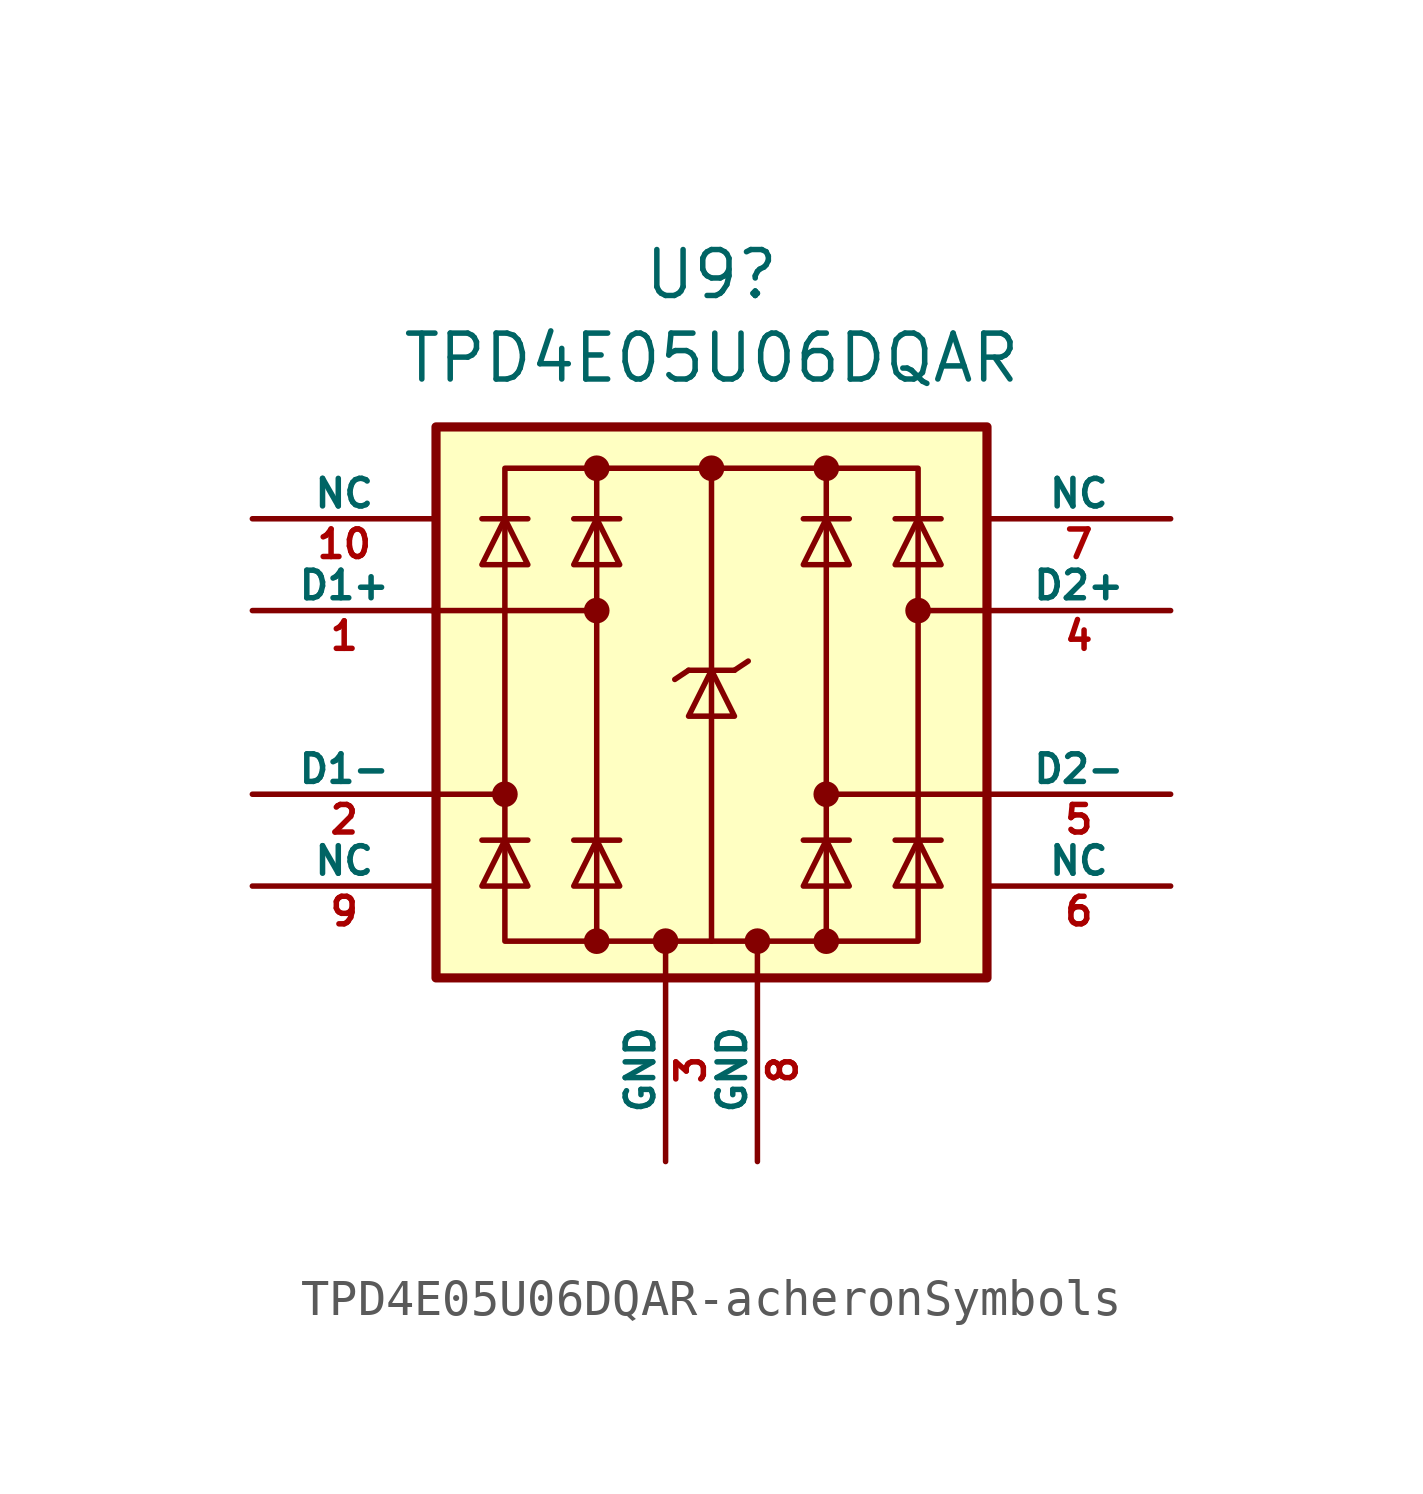
<source format=kicad_sym>
(kicad_symbol_lib
  (version 20220914)
  (generator kicad_symbol_editor)
  (symbol "TPD4E05U06DQAR-acheronSymbols"
    (pin_names
      (offset 0))
    (property "Reference" "U9"
      (at 0 11.836 0)
      (effects (font (size 1.27 1.27))))
    (property "Value" "TPD4E05U06DQAR"
      (at 0 9.525 0)
      (effects (font (size 1.27 1.27))))
    (symbol "TPD4E05U06DQAR-acheronSymbols_0_0"
      (rectangle (start -5.715 6.477) (end 5.715 -6.604) (stroke (width 0) (type default)) (fill (type none)))
      (polyline (pts (xy -3.175 -6.604) (xy -3.175 6.477)) (stroke (width 0) (type default)) (fill (type none)))
      (polyline (pts (xy 0 6.477) (xy 0 -6.604)) (stroke (width 0) (type default)) (fill (type none)))
      (polyline (pts (xy 3.175 6.477) (xy 3.175 -6.604)) (stroke (width 0) (type default)) (fill (type none))))
    (symbol "TPD4E05U06DQAR-acheronSymbols_0_1"
      (rectangle (start -7.62 7.62) (end 7.62 -7.62) (stroke (width 0.254) (type default)) (fill (type background)))
      (circle (center -5.715 -2.54) (radius 0.279) (stroke (width 0) (type default)) (fill (type outline)))
      (circle (center -3.175 -6.604) (radius 0.279) (stroke (width 0) (type default)) (fill (type outline)))
      (circle (center -3.175 2.54) (radius 0.279) (stroke (width 0) (type default)) (fill (type outline)))
      (circle (center -3.175 6.477) (radius 0.279) (stroke (width 0) (type default)) (fill (type outline)))
      (circle (center -1.27 -6.604) (radius 0.279) (stroke (width 0) (type default)) (fill (type outline)))
      (polyline (pts (xy -7.747 2.54) (xy -3.175 2.54)) (stroke (width 0) (type default)) (fill (type none)))
      (polyline (pts (xy -7.62 -2.54) (xy -5.715 -2.54)) (stroke (width 0) (type default)) (fill (type none)))
      (polyline (pts (xy -5.08 -3.81) (xy -6.35 -3.81)) (stroke (width 0) (type default)) (fill (type none)))
      (polyline (pts (xy -5.08 5.08) (xy -6.35 5.08)) (stroke (width 0) (type default)) (fill (type none)))
      (polyline (pts (xy -2.54 -3.81) (xy -3.81 -3.81)) (stroke (width 0) (type default)) (fill (type none)))
      (polyline (pts (xy -2.54 5.08) (xy -3.81 5.08)) (stroke (width 0) (type default)) (fill (type none)))
      (polyline (pts (xy -1.27 -6.604) (xy -1.27 -7.62)) (stroke (width 0) (type default)) (fill (type none)))
      (polyline (pts (xy -0.635 0.889) (xy -1.016 0.635)) (stroke (width 0) (type default)) (fill (type none)))
      (polyline (pts (xy 0.635 0.889) (xy -0.635 0.889)) (stroke (width 0) (type default)) (fill (type none)))
      (polyline (pts (xy 0.635 0.889) (xy 1.016 1.143)) (stroke (width 0) (type default)) (fill (type none)))
      (polyline (pts (xy 3.81 -3.81) (xy 2.54 -3.81)) (stroke (width 0) (type default)) (fill (type none)))
      (polyline (pts (xy 3.81 5.08) (xy 2.54 5.08)) (stroke (width 0) (type default)) (fill (type none)))
      (polyline (pts (xy 6.35 -3.81) (xy 5.08 -3.81)) (stroke (width 0) (type default)) (fill (type none)))
      (polyline (pts (xy 6.35 5.08) (xy 5.08 5.08)) (stroke (width 0) (type default)) (fill (type none)))
      (polyline (pts (xy 7.62 -2.54) (xy 3.175 -2.54)) (stroke (width 0) (type default)) (fill (type none)))
      (polyline (pts (xy 7.62 2.54) (xy 5.715 2.54)) (stroke (width 0) (type default)) (fill (type none)))
      (polyline (pts (xy -5.08 -5.08) (xy -6.35 -5.08) (xy -5.715 -3.81) (xy -5.08 -5.08)) (stroke (width 0) (type default)) (fill (type none)))
      (polyline (pts (xy -5.08 3.81) (xy -6.35 3.81) (xy -5.715 5.08) (xy -5.08 3.81)) (stroke (width 0) (type default)) (fill (type none)))
      (polyline (pts (xy -2.54 -5.08) (xy -3.81 -5.08) (xy -3.175 -3.81) (xy -2.54 -5.08)) (stroke (width 0) (type default)) (fill (type none)))
      (polyline (pts (xy -2.54 3.81) (xy -3.81 3.81) (xy -3.175 5.08) (xy -2.54 3.81)) (stroke (width 0) (type default)) (fill (type none)))
      (polyline (pts (xy 0.635 -0.381) (xy -0.635 -0.381) (xy 0 0.889) (xy 0.635 -0.381)) (stroke (width 0) (type default)) (fill (type none)))
      (polyline (pts (xy 3.81 -5.08) (xy 2.54 -5.08) (xy 3.175 -3.81) (xy 3.81 -5.08)) (stroke (width 0) (type default)) (fill (type none)))
      (polyline (pts (xy 3.81 3.81) (xy 2.54 3.81) (xy 3.175 5.08) (xy 3.81 3.81)) (stroke (width 0) (type default)) (fill (type none)))
      (polyline (pts (xy 6.35 -5.08) (xy 5.08 -5.08) (xy 5.715 -3.81) (xy 6.35 -5.08)) (stroke (width 0) (type default)) (fill (type none)))
      (polyline (pts (xy 6.35 3.81) (xy 5.08 3.81) (xy 5.715 5.08) (xy 6.35 3.81)) (stroke (width 0) (type default)) (fill (type none)))
      (circle (center 0 6.477) (radius 0.279) (stroke (width 0) (type default)) (fill (type outline)))
      (circle (center 3.175 -6.604) (radius 0.279) (stroke (width 0) (type default)) (fill (type outline)))
      (circle (center 3.175 -2.54) (radius 0.279) (stroke (width 0) (type default)) (fill (type outline)))
      (circle (center 3.175 6.477) (radius 0.279) (stroke (width 0) (type default)) (fill (type outline)))
      (circle (center 5.715 2.54) (radius 0.279) (stroke (width 0) (type default)) (fill (type outline))))
    (symbol "TPD4E05U06DQAR-acheronSymbols_1_1"
      (polyline (pts (xy 1.27 -6.604) (xy 1.27 -7.62)) (stroke (width 0) (type default)) (fill (type none)))
      (circle (center 1.27 -6.604) (radius 0.279) (stroke (width 0) (type default)) (fill (type outline)))
      (pin bidirectional line (at -12.7 2.54 0) (length 5.08) (name "D1+" (effects (font (size 0.762 0.762)))) (number "1" (effects (font (size 0.762 0.762)))))
      (pin bidirectional line (at -12.7 5.08 0) (length 5.08) (name "NC" (effects (font (size 0.762 0.762)))) (number "10" (effects (font (size 0.762 0.762)))))
      (pin bidirectional line (at -12.7 -2.54 0) (length 5.08) (name "D1-" (effects (font (size 0.762 0.762)))) (number "2" (effects (font (size 0.762 0.762)))))
      (pin power_in line (at -1.27 -12.7 90) (length 5.08) (name "GND" (effects (font (size 0.762 0.762)))) (number "3" (effects (font (size 0.762 0.762)))))
      (pin bidirectional line (at 12.7 2.54 180) (length 5.08) (name "D2+" (effects (font (size 0.762 0.762)))) (number "4" (effects (font (size 0.762 0.762)))))
      (pin bidirectional line (at 12.7 -2.54 180) (length 5.08) (name "D2-" (effects (font (size 0.762 0.762)))) (number "5" (effects (font (size 0.762 0.762)))))
      (pin bidirectional line (at 12.7 -5.08 180) (length 5.08) (name "NC" (effects (font (size 0.762 0.762)))) (number "6" (effects (font (size 0.762 0.762)))))
      (pin bidirectional line (at 12.7 5.08 180) (length 5.08) (name "NC" (effects (font (size 0.762 0.762)))) (number "7" (effects (font (size 0.762 0.762)))))
      (pin power_in line (at 1.27 -12.7 90) (length 5.08) (name "GND" (effects (font (size 0.762 0.762)))) (number "8" (effects (font (size 0.762 0.762)))))
      (pin bidirectional line (at -12.7 -5.08 0) (length 5.08) (name "NC" (effects (font (size 0.762 0.762)))) (number "9" (effects (font (size 0.762 0.762))))))))
</source>
